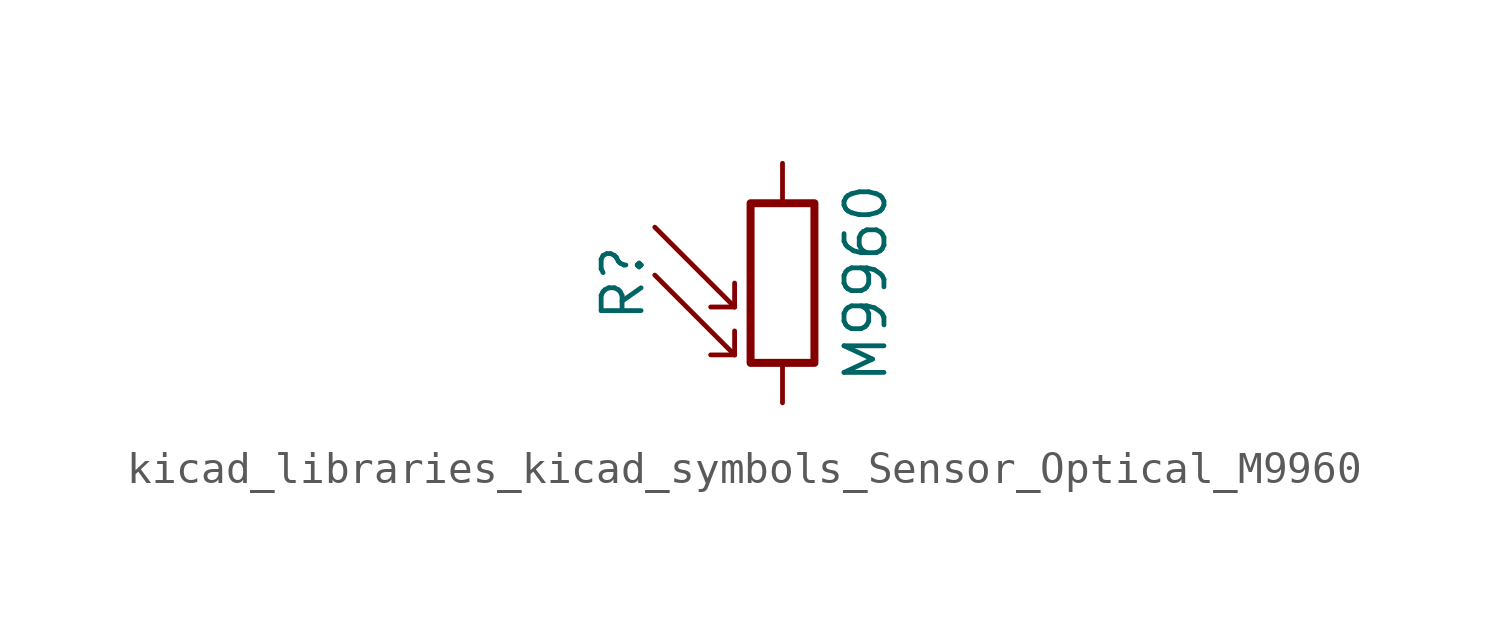
<source format=kicad_sym>
(kicad_symbol_lib
  (version 20220914)
  (generator kicad_symbol_editor)
  (symbol "kicad_libraries_kicad_symbols_Sensor_Optical_M9960"
    (pin_numbers hide)
    (pin_names
      (offset 0))
    (property "Reference" "R"
      (at -5.08 0 90)
      (effects (font (size 1.27 1.27))))
    (property "Value" "M9960"
      (at 1.905 0 90)
      (effects (font (size 1.27 1.27)) (justify top)))
    (symbol "kicad_libraries_kicad_symbols_Sensor_Optical_M9960_0_1"
      (rectangle (start -1.016 2.54) (end 1.016 -2.54) (stroke (width 0.254) (type default)) (fill (type none)))
      (polyline (pts (xy -1.524 -2.286) (xy -4.064 0.254)) (stroke (width 0) (type default)) (fill (type none)))
      (polyline (pts (xy -1.524 -2.286) (xy -2.286 -2.286)) (stroke (width 0) (type default)) (fill (type none)))
      (polyline (pts (xy -1.524 -2.286) (xy -1.524 -1.524)) (stroke (width 0) (type default)) (fill (type none)))
      (polyline (pts (xy -1.524 -0.762) (xy -4.064 1.778)) (stroke (width 0) (type default)) (fill (type none)))
      (polyline (pts (xy -1.524 -0.762) (xy -2.286 -0.762)) (stroke (width 0) (type default)) (fill (type none)))
      (polyline (pts (xy -1.524 -0.762) (xy -1.524 0)) (stroke (width 0) (type default)) (fill (type none))))
    (symbol "kicad_libraries_kicad_symbols_Sensor_Optical_M9960_1_1"
      (pin passive line (at 0 3.81 270) (length 1.27) (name "~" (effects (font (size 1.27 1.27)))) (number "1" (effects (font (size 1.27 1.27)))))
      (pin passive line (at 0 -3.81 90) (length 1.27) (name "~" (effects (font (size 1.27 1.27)))) (number "2" (effects (font (size 1.27 1.27))))))))
</source>
